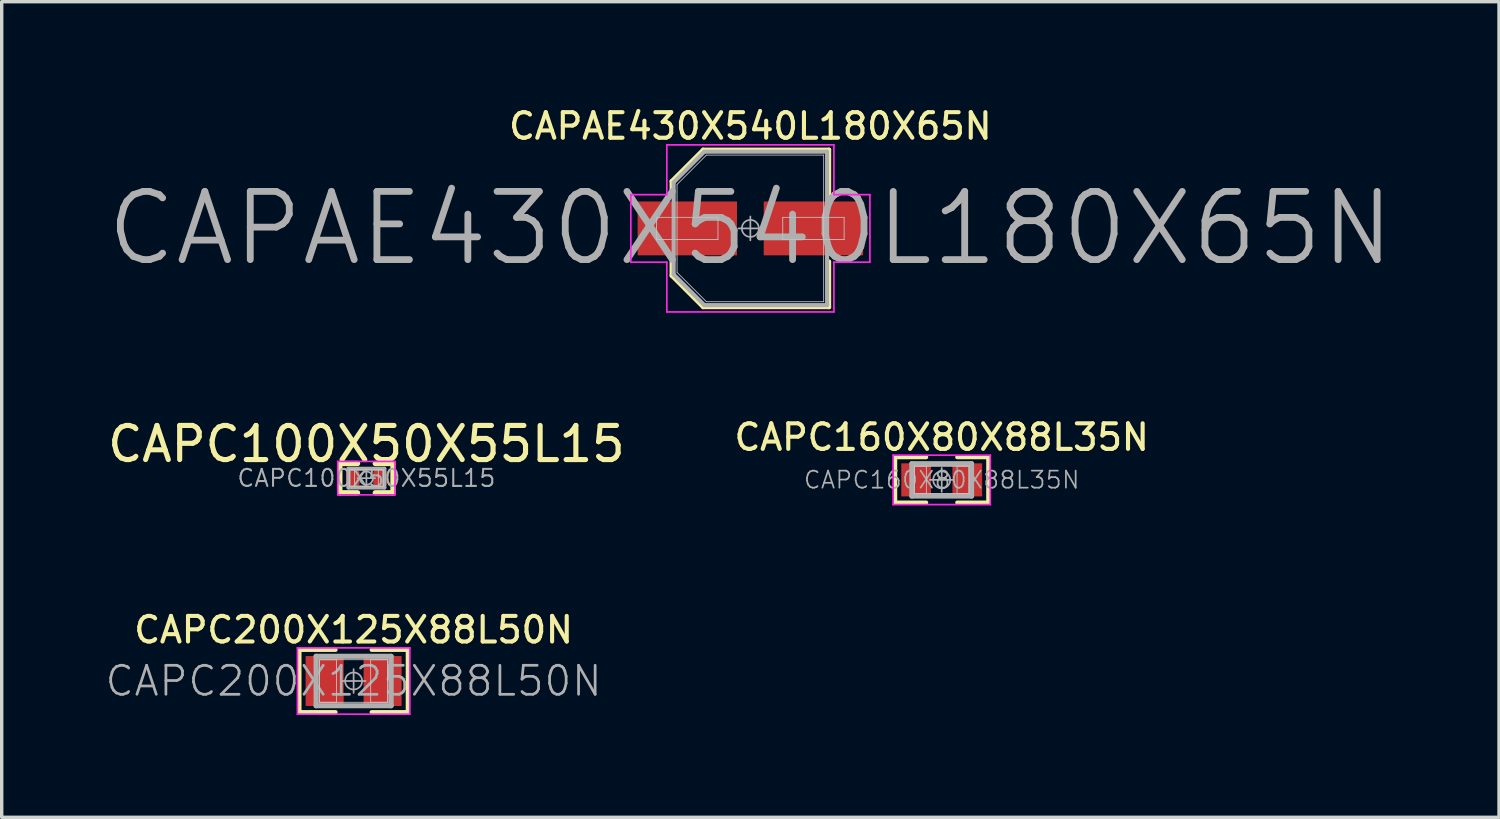
<source format=kicad_pcb>
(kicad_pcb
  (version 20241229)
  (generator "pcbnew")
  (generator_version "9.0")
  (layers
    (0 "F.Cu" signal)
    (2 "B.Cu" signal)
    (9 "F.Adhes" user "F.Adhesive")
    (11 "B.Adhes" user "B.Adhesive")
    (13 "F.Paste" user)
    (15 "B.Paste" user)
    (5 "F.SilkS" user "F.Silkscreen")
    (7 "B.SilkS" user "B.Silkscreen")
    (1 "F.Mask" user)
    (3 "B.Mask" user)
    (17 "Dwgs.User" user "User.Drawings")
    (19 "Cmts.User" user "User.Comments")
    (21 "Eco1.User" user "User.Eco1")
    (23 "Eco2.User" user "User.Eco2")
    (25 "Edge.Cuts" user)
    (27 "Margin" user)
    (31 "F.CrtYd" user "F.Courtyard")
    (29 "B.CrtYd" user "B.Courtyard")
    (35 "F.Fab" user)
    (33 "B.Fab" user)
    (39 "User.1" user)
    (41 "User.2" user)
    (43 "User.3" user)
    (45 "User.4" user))
  (footprint "CAPAE430X540L180X65N"
    (layer "F.Cu")
    (at 18.957 3.649)
    (property "Reference" "CAPAE430X540L180X65N" (at 0 -3 0) (layer "F.SilkS") (effects (font (size 0.75 0.75) (thickness 0.12))))
    (attr smd)
    (fp_line (start -2.31 -1.386) (end -2.31 -0.969) (stroke (width 0.12) (type solid)) (layer "F.SilkS"))
    (fp_line (start -2.31 1.386) (end -2.31 0.969) (stroke (width 0.12) (type solid)) (layer "F.SilkS"))
    (fp_line (start -1.386 -2.31) (end -2.31 -1.386) (stroke (width 0.12) (type solid)) (layer "F.SilkS"))
    (fp_line (start -1.386 2.31) (end -2.31 1.386) (stroke (width 0.12) (type solid)) (layer "F.SilkS"))
    (fp_line (start 2.31 -2.31) (end -1.386 -2.31) (stroke (width 0.12) (type solid)) (layer "F.SilkS"))
    (fp_line (start 2.31 -0.969) (end 2.31 -2.31) (stroke (width 0.12) (type solid)) (layer "F.SilkS"))
    (fp_line (start 2.31 0.969) (end 2.31 2.31) (stroke (width 0.12) (type solid)) (layer "F.SilkS"))
    (fp_line (start 2.31 2.31) (end -1.386 2.31) (stroke (width 0.12) (type solid)) (layer "F.SilkS"))
    (fp_line (start -2.75 -0.325) (end -0.95 -0.325) (stroke (width 0.025) (type solid)) (layer "Dwgs.User"))
    (fp_line (start -2.75 0.325) (end -2.75 -0.325) (stroke (width 0.025) (type solid)) (layer "Dwgs.User"))
    (fp_line (start -2.15 -1.29) (end -1.29 -2.15) (stroke (width 0.025) (type solid)) (layer "Dwgs.User"))
    (fp_line (start -2.15 1.29) (end -2.15 -1.29) (stroke (width 0.025) (type solid)) (layer "Dwgs.User"))
    (fp_line (start -1.29 -2.15) (end 2.15 -2.15) (stroke (width 0.025) (type solid)) (layer "Dwgs.User"))
    (fp_line (start -1.29 2.15) (end -2.15 1.29) (stroke (width 0.025) (type solid)) (layer "Dwgs.User"))
    (fp_line (start -0.95 -0.325) (end -0.95 0.325) (stroke (width 0.025) (type solid)) (layer "Dwgs.User"))
    (fp_line (start -0.95 0.325) (end -2.75 0.325) (stroke (width 0.025) (type solid)) (layer "Dwgs.User"))
    (fp_line (start 0.95 -0.325) (end 2.75 -0.325) (stroke (width 0.025) (type solid)) (layer "Dwgs.User"))
    (fp_line (start 0.95 0.325) (end 0.95 -0.325) (stroke (width 0.025) (type solid)) (layer "Dwgs.User"))
    (fp_line (start 2.15 -2.15) (end 2.15 2.15) (stroke (width 0.025) (type solid)) (layer "Dwgs.User"))
    (fp_line (start 2.15 2.15) (end -1.29 2.15) (stroke (width 0.025) (type solid)) (layer "Dwgs.User"))
    (fp_line (start 2.75 -0.325) (end 2.75 0.325) (stroke (width 0.025) (type solid)) (layer "Dwgs.User"))
    (fp_line (start 2.75 0.325) (end 0.95 0.325) (stroke (width 0.025) (type solid)) (layer "Dwgs.User"))
    (fp_line (start -3.506 -0.99) (end -3.506 0.99) (stroke (width 0.05) (type solid)) (layer "F.CrtYd"))
    (fp_line (start -3.506 0.99) (end -2.45 0.99) (stroke (width 0.05) (type solid)) (layer "F.CrtYd"))
    (fp_line (start -2.45 -2.45) (end -2.45 -0.99) (stroke (width 0.05) (type solid)) (layer "F.CrtYd"))
    (fp_line (start -2.45 -0.99) (end -3.506 -0.99) (stroke (width 0.05) (type solid)) (layer "F.CrtYd"))
    (fp_line (start -2.45 0.99) (end -2.45 2.45) (stroke (width 0.05) (type solid)) (layer "F.CrtYd"))
    (fp_line (start -2.45 2.45) (end 2.45 2.45) (stroke (width 0.05) (type solid)) (layer "F.CrtYd"))
    (fp_line (start 2.45 -2.45) (end -2.45 -2.45) (stroke (width 0.05) (type solid)) (layer "F.CrtYd"))
    (fp_line (start 2.45 -0.99) (end 2.45 -2.45) (stroke (width 0.05) (type solid)) (layer "F.CrtYd"))
    (fp_line (start 2.45 0.99) (end 3.506 0.99) (stroke (width 0.05) (type solid)) (layer "F.CrtYd"))
    (fp_line (start 2.45 2.45) (end 2.45 0.99) (stroke (width 0.05) (type solid)) (layer "F.CrtYd"))
    (fp_line (start 3.506 -0.99) (end 2.45 -0.99) (stroke (width 0.05) (type solid)) (layer "F.CrtYd"))
    (fp_line (start 3.506 0.99) (end 3.506 -0.99) (stroke (width 0.05) (type solid)) (layer "F.CrtYd"))
    (fp_line (start -2.25 -1.35) (end -1.35 -2.25) (stroke (width 0.12) (type solid)) (layer "F.Fab"))
    (fp_line (start -2.25 1.35) (end -2.25 -1.35) (stroke (width 0.12) (type solid)) (layer "F.Fab"))
    (fp_line (start -1.35 -2.25) (end 2.25 -2.25) (stroke (width 0.12) (type solid)) (layer "F.Fab"))
    (fp_line (start -1.35 2.25) (end -2.25 1.35) (stroke (width 0.12) (type solid)) (layer "F.Fab"))
    (fp_line (start 0 -0.35) (end 0 0.35) (stroke (width 0.05) (type solid)) (layer "F.Fab"))
    (fp_line (start 0.35 0) (end -0.35 0) (stroke (width 0.05) (type solid)) (layer "F.Fab"))
    (fp_line (start 2.25 -2.25) (end 2.25 2.25) (stroke (width 0.12) (type solid)) (layer "F.Fab"))
    (fp_line (start 2.25 2.25) (end -1.35 2.25) (stroke (width 0.12) (type solid)) (layer "F.Fab"))
    (fp_circle (center 0 0) (end 0.25 0) (stroke (width 0.05) (type solid)) (fill no) (layer "F.Fab"))
    (fp_text user "${REFERENCE}" (at 0 0 0) (layer "F.Fab") (effects (font (size 2 2) (thickness 0.2))))
    (pad "1" smd rect (at -1.849 0) (size 2.914 1.579) (layers "F.Cu" "F.Mask" "F.Paste"))
    (pad "2" smd rect (at 1.849 0) (size 2.914 1.579) (layers "F.Cu" "F.Mask" "F.Paste")))
  (footprint "CAPC100X50X55L15"
    (layer "F.Cu")
    (at 7.696 10.973)
    (property "Reference" "CAPC100X50X55L15" (at 0 -1 0) (layer "F.SilkS") (effects (font (size 1 1) (thickness 0.15))))
    (attr smd)
    (fp_line (start -0.78 -0.43) (end -0.26 -0.43) (stroke (width 0.155) (type solid)) (layer "F.SilkS"))
    (fp_line (start -0.78 0.43) (end -0.78 -0.43) (stroke (width 0.155) (type solid)) (layer "F.SilkS"))
    (fp_line (start -0.26 0.43) (end -0.78 0.43) (stroke (width 0.155) (type solid)) (layer "F.SilkS"))
    (fp_line (start 0.26 0.43) (end 0.78 0.43) (stroke (width 0.155) (type solid)) (layer "F.SilkS"))
    (fp_line (start 0.78 -0.43) (end 0.26 -0.43) (stroke (width 0.155) (type solid)) (layer "F.SilkS"))
    (fp_line (start 0.78 0.43) (end 0.78 -0.43) (stroke (width 0.155) (type solid)) (layer "F.SilkS"))
    (fp_line (start -0.5 -0.25) (end -0.35 -0.25) (stroke (width 0.025) (type solid)) (layer "Dwgs.User"))
    (fp_line (start -0.5 -0.25) (end 0.5 -0.25) (stroke (width 0.025) (type solid)) (layer "Dwgs.User"))
    (fp_line (start -0.5 0.25) (end -0.5 -0.25) (stroke (width 0.025) (type solid)) (layer "Dwgs.User"))
    (fp_line (start -0.5 0.25) (end -0.5 -0.25) (stroke (width 0.025) (type solid)) (layer "Dwgs.User"))
    (fp_line (start -0.35 -0.25) (end -0.35 0.25) (stroke (width 0.025) (type solid)) (layer "Dwgs.User"))
    (fp_line (start -0.35 0.25) (end -0.5 0.25) (stroke (width 0.025) (type solid)) (layer "Dwgs.User"))
    (fp_line (start 0.35 -0.25) (end 0.5 -0.25) (stroke (width 0.025) (type solid)) (layer "Dwgs.User"))
    (fp_line (start 0.35 0.25) (end 0.35 -0.25) (stroke (width 0.025) (type solid)) (layer "Dwgs.User"))
    (fp_line (start 0.5 -0.25) (end 0.5 0.25) (stroke (width 0.025) (type solid)) (layer "Dwgs.User"))
    (fp_line (start 0.5 -0.25) (end 0.5 0.25) (stroke (width 0.025) (type solid)) (layer "Dwgs.User"))
    (fp_line (start 0.5 0.25) (end -0.5 0.25) (stroke (width 0.025) (type solid)) (layer "Dwgs.User"))
    (fp_line (start 0.5 0.25) (end 0.35 0.25) (stroke (width 0.025) (type solid)) (layer "Dwgs.User"))
    (fp_line (start -0.84 -0.49) (end 0.84 -0.49) (stroke (width 0.05) (type solid)) (layer "F.CrtYd"))
    (fp_line (start -0.84 0.49) (end -0.84 -0.49) (stroke (width 0.05) (type solid)) (layer "F.CrtYd"))
    (fp_line (start 0.84 -0.49) (end 0.84 0.49) (stroke (width 0.05) (type solid)) (layer "F.CrtYd"))
    (fp_line (start 0.84 0.49) (end -0.84 0.49) (stroke (width 0.05) (type solid)) (layer "F.CrtYd"))
    (fp_line (start -0.525 -0.275) (end 0.525 -0.275) (stroke (width 0.12) (type solid)) (layer "F.Fab"))
    (fp_line (start -0.525 0.275) (end -0.525 -0.275) (stroke (width 0.12) (type solid)) (layer "F.Fab"))
    (fp_line (start 0 -0.258) (end 0 0.258) (stroke (width 0.05) (type solid)) (layer "F.Fab"))
    (fp_line (start 0.258 0) (end -0.258 0) (stroke (width 0.05) (type solid)) (layer "F.Fab"))
    (fp_line (start 0.525 -0.275) (end 0.525 0.275) (stroke (width 0.12) (type solid)) (layer "F.Fab"))
    (fp_line (start 0.525 0.275) (end -0.525 0.275) (stroke (width 0.12) (type solid)) (layer "F.Fab"))
    (fp_circle (center 0 0) (end 0.193 0) (stroke (width 0.05) (type solid)) (fill no) (layer "F.Fab"))
    (fp_text user "${REFERENCE}" (at 0 0 0) (layer "F.Fab") (effects (font (size 0.5 0.5) (thickness 0.06))))
    (pad "1" smd roundrect (at -0.4 0) (size 0.4 0.5) (layers "F.Cu" "F.Mask" "F.Paste") (roundrect_rratio 0.25))
    (pad "2" smd roundrect (at 0.4 0) (size 0.4 0.5) (layers "F.Cu" "F.Mask" "F.Paste") (roundrect_rratio 0.25)))
  (footprint "CAPC160X80X88L35N"
    (layer "F.Cu")
    (at 24.569 11.024)
    (property "Reference" "CAPC160X80X88L35N" (at 0 -1.25 0) (layer "F.SilkS") (effects (font (size 0.75 0.75) (thickness 0.12))))
    (attr smd)
    (fp_line (start -1.365 -0.665) (end -0.455 -0.665) (stroke (width 0.12) (type solid)) (layer "F.SilkS"))
    (fp_line (start -1.365 0.665) (end -1.365 -0.665) (stroke (width 0.12) (type solid)) (layer "F.SilkS"))
    (fp_line (start -0.455 0.665) (end -1.365 0.665) (stroke (width 0.12) (type solid)) (layer "F.SilkS"))
    (fp_line (start 0.455 0.665) (end 1.365 0.665) (stroke (width 0.12) (type solid)) (layer "F.SilkS"))
    (fp_line (start 1.365 -0.665) (end 0.455 -0.665) (stroke (width 0.12) (type solid)) (layer "F.SilkS"))
    (fp_line (start 1.365 0.665) (end 1.365 -0.665) (stroke (width 0.12) (type solid)) (layer "F.SilkS"))
    (fp_line (start -0.8 -0.4) (end -0.45 -0.4) (stroke (width 0.025) (type solid)) (layer "Dwgs.User"))
    (fp_line (start -0.8 -0.4) (end 0.8 -0.4) (stroke (width 0.025) (type solid)) (layer "Dwgs.User"))
    (fp_line (start -0.8 0.4) (end -0.8 -0.4) (stroke (width 0.025) (type solid)) (layer "Dwgs.User"))
    (fp_line (start -0.8 0.4) (end -0.8 -0.4) (stroke (width 0.025) (type solid)) (layer "Dwgs.User"))
    (fp_line (start -0.45 -0.4) (end -0.45 0.4) (stroke (width 0.025) (type solid)) (layer "Dwgs.User"))
    (fp_line (start -0.45 0.4) (end -0.8 0.4) (stroke (width 0.025) (type solid)) (layer "Dwgs.User"))
    (fp_line (start 0.45 -0.4) (end 0.8 -0.4) (stroke (width 0.025) (type solid)) (layer "Dwgs.User"))
    (fp_line (start 0.45 0.4) (end 0.45 -0.4) (stroke (width 0.025) (type solid)) (layer "Dwgs.User"))
    (fp_line (start 0.8 -0.4) (end 0.8 0.4) (stroke (width 0.025) (type solid)) (layer "Dwgs.User"))
    (fp_line (start 0.8 -0.4) (end 0.8 0.4) (stroke (width 0.025) (type solid)) (layer "Dwgs.User"))
    (fp_line (start 0.8 0.4) (end -0.8 0.4) (stroke (width 0.025) (type solid)) (layer "Dwgs.User"))
    (fp_line (start 0.8 0.4) (end 0.45 0.4) (stroke (width 0.025) (type solid)) (layer "Dwgs.User"))
    (fp_line (start -1.425 -0.725) (end 1.425 -0.725) (stroke (width 0.05) (type solid)) (layer "F.CrtYd"))
    (fp_line (start -1.425 0.725) (end -1.425 -0.725) (stroke (width 0.05) (type solid)) (layer "F.CrtYd"))
    (fp_line (start 1.425 -0.725) (end 1.425 0.725) (stroke (width 0.05) (type solid)) (layer "F.CrtYd"))
    (fp_line (start 1.425 0.725) (end -1.425 0.725) (stroke (width 0.05) (type solid)) (layer "F.CrtYd"))
    (fp_line (start -0.875 -0.475) (end 0.875 -0.475) (stroke (width 0.15) (type solid)) (layer "F.Fab"))
    (fp_line (start -0.875 0.475) (end -0.875 -0.475) (stroke (width 0.15) (type solid)) (layer "F.Fab"))
    (fp_line (start 0 -0.35) (end 0 0.35) (stroke (width 0.05) (type solid)) (layer "F.Fab"))
    (fp_line (start 0.35 0) (end -0.35 0) (stroke (width 0.05) (type solid)) (layer "F.Fab"))
    (fp_line (start 0.875 -0.475) (end 0.875 0.475) (stroke (width 0.15) (type solid)) (layer "F.Fab"))
    (fp_line (start 0.875 0.475) (end -0.875 0.475) (stroke (width 0.15) (type solid)) (layer "F.Fab"))
    (fp_circle (center 0 0) (end 0.25 0) (stroke (width 0.05) (type solid)) (fill no) (layer "F.Fab"))
    (fp_text user "${REFERENCE}" (at 0 0 0) (layer "F.Fab") (effects (font (size 0.5 0.5) (thickness 0.05))))
    (pad "1" smd rect (at -0.75 0) (size 0.871 0.97) (layers "F.Cu" "F.Mask" "F.Paste"))
    (pad "2" smd rect (at 0.75 0) (size 0.871 0.97) (layers "F.Cu" "F.Mask" "F.Paste")))
  (footprint "CAPC200X125X88L50N"
    (layer "F.Cu")
    (at 7.321 16.923)
    (property "Reference" "CAPC200X125X88L50N" (at 0 -1.5 0) (layer "F.SilkS") (effects (font (size 0.75 0.75) (thickness 0.12))))
    (attr smd)
    (fp_line (start -1.588 -0.913) (end -0.529 -0.913) (stroke (width 0.12) (type solid)) (layer "F.SilkS"))
    (fp_line (start -1.588 0.913) (end -1.588 -0.913) (stroke (width 0.12) (type solid)) (layer "F.SilkS"))
    (fp_line (start -0.529 0.913) (end -1.588 0.913) (stroke (width 0.12) (type solid)) (layer "F.SilkS"))
    (fp_line (start 0.529 0.913) (end 1.588 0.913) (stroke (width 0.12) (type solid)) (layer "F.SilkS"))
    (fp_line (start 1.588 -0.913) (end 0.529 -0.913) (stroke (width 0.12) (type solid)) (layer "F.SilkS"))
    (fp_line (start 1.588 0.913) (end 1.588 -0.913) (stroke (width 0.12) (type solid)) (layer "F.SilkS"))
    (fp_line (start -1 -0.625) (end -0.5 -0.625) (stroke (width 0.025) (type solid)) (layer "Dwgs.User"))
    (fp_line (start -1 -0.625) (end 1 -0.625) (stroke (width 0.025) (type solid)) (layer "Dwgs.User"))
    (fp_line (start -1 0.625) (end -1 -0.625) (stroke (width 0.025) (type solid)) (layer "Dwgs.User"))
    (fp_line (start -1 0.625) (end -1 -0.625) (stroke (width 0.025) (type solid)) (layer "Dwgs.User"))
    (fp_line (start -0.5 -0.625) (end -0.5 0.625) (stroke (width 0.025) (type solid)) (layer "Dwgs.User"))
    (fp_line (start -0.5 0.625) (end -1 0.625) (stroke (width 0.025) (type solid)) (layer "Dwgs.User"))
    (fp_line (start 0.5 -0.625) (end 1 -0.625) (stroke (width 0.025) (type solid)) (layer "Dwgs.User"))
    (fp_line (start 0.5 0.625) (end 0.5 -0.625) (stroke (width 0.025) (type solid)) (layer "Dwgs.User"))
    (fp_line (start 1 -0.625) (end 1 0.625) (stroke (width 0.025) (type solid)) (layer "Dwgs.User"))
    (fp_line (start 1 -0.625) (end 1 0.625) (stroke (width 0.025) (type solid)) (layer "Dwgs.User"))
    (fp_line (start 1 0.625) (end -1 0.625) (stroke (width 0.025) (type solid)) (layer "Dwgs.User"))
    (fp_line (start 1 0.625) (end 0.5 0.625) (stroke (width 0.025) (type solid)) (layer "Dwgs.User"))
    (fp_line (start -1.648 -0.972) (end 1.648 -0.972) (stroke (width 0.05) (type solid)) (layer "F.CrtYd"))
    (fp_line (start -1.648 0.972) (end -1.648 -0.972) (stroke (width 0.05) (type solid)) (layer "F.CrtYd"))
    (fp_line (start 1.648 -0.972) (end 1.648 0.972) (stroke (width 0.05) (type solid)) (layer "F.CrtYd"))
    (fp_line (start 1.648 0.972) (end -1.648 0.972) (stroke (width 0.05) (type solid)) (layer "F.CrtYd"))
    (fp_line (start -1.1 -0.725) (end 1.1 -0.725) (stroke (width 0.15) (type solid)) (layer "F.Fab"))
    (fp_line (start -1.1 0.725) (end -1.1 -0.725) (stroke (width 0.15) (type solid)) (layer "F.Fab"))
    (fp_line (start 0 -0.35) (end 0 0.35) (stroke (width 0.05) (type solid)) (layer "F.Fab"))
    (fp_line (start 0.35 0) (end -0.35 0) (stroke (width 0.05) (type solid)) (layer "F.Fab"))
    (fp_line (start 1.1 -0.725) (end 1.1 0.725) (stroke (width 0.15) (type solid)) (layer "F.Fab"))
    (fp_line (start 1.1 0.725) (end -1.1 0.725) (stroke (width 0.15) (type solid)) (layer "F.Fab"))
    (fp_circle (center 0 0) (end 0.25 0) (stroke (width 0.05) (type solid)) (fill no) (layer "F.Fab"))
    (fp_text user "${REFERENCE}" (at 0 0 0) (layer "F.Fab") (effects (font (size 0.85 0.85) (thickness 0.08))))
    (pad "1" smd rect (at -0.85 0) (size 1.115 1.465) (layers "F.Cu" "F.Mask" "F.Paste"))
    (pad "2" smd rect (at 0.85 0) (size 1.115 1.465) (layers "F.Cu" "F.Mask" "F.Paste")))
  (gr_rect
    (start -3 -3)
    (end 40.914 20.92)
    (stroke (width 0.1) (type default))
    (fill no)
    (layer "Edge.Cuts")))
</source>
